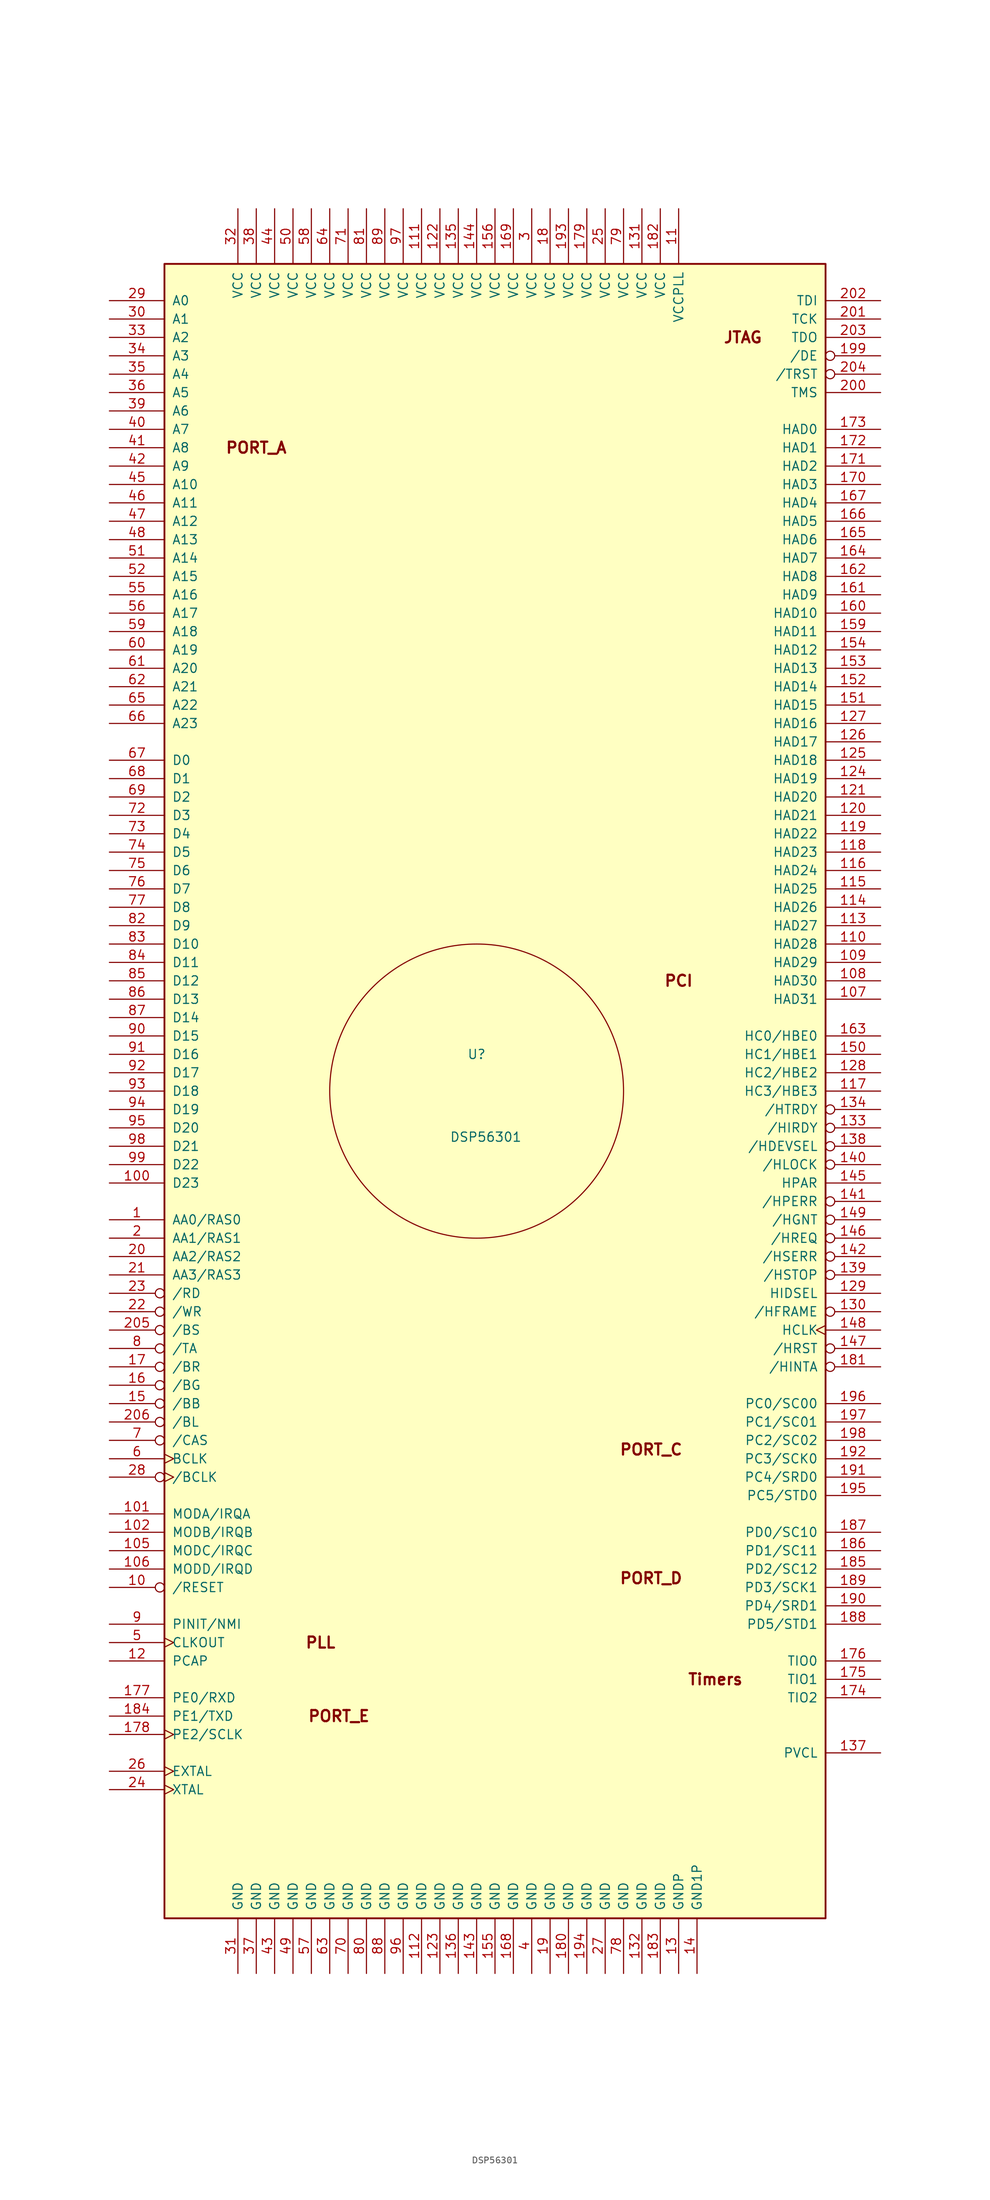
<source format=kicad_sym>
(kicad_symbol_lib
  (version 20201005)
  (generator kicad_symbol_editor)
  (symbol "DSP56301"
    (pin_names
      (offset 1.016))
    (property "Reference" "U"
      (at 0 2.54 0)
      (effects (font (size 1.27 1.27))))
    (property "Value" "DSP56301"
      (at 1.27 -8.89 0)
      (effects (font (size 1.27 1.27))))
    (symbol "DSP56301_0_1"
      (circle (center 0 -2.54) (radius 20.32) (stroke (width 0)) (fill (type none)))
      (text "JTAG" (at 36.83 101.6 0) (effects (font (size 1.524 1.524) bold)))
      (text "PCI" (at 27.94 12.7 0) (effects (font (size 1.524 1.524) bold)))
      (text "PLL" (at -21.59 -78.74 0) (effects (font (size 1.524 1.524) bold)))
      (text "PORT_A" (at -30.48 86.36 0) (effects (font (size 1.524 1.524) bold)))
      (text "PORT_C" (at 24.13 -52.07 0) (effects (font (size 1.524 1.524) bold)))
      (text "PORT_D" (at 24.13 -69.85 0) (effects (font (size 1.524 1.524) bold)))
      (text "PORT_E" (at -19.05 -88.9 0) (effects (font (size 1.524 1.524) bold)))
      (text "Timers" (at 33.02 -83.82 0) (effects (font (size 1.524 1.524) bold)))
      (rectangle (start -43.18 111.76) (end 48.26 -116.84) (stroke (width 0.254)) (fill (type background))))
    (symbol "DSP56301_1_1"
      (pin output line (at -50.8 -20.32 0) (length 7.62) (name "AA0/RAS0" (effects (font (size 1.27 1.27)))) (number "1" (effects (font (size 1.27 1.27)))))
      (pin input inverted (at -50.8 -71.12 0) (length 7.62) (name "/RESET" (effects (font (size 1.27 1.27)))) (number "10" (effects (font (size 1.27 1.27)))))
      (pin bidirectional line (at -50.8 -15.24 0) (length 7.62) (name "D23" (effects (font (size 1.27 1.27)))) (number "100" (effects (font (size 1.27 1.27)))))
      (pin input line (at -50.8 -60.96 0) (length 7.62) (name "MODA/IRQA" (effects (font (size 1.27 1.27)))) (number "101" (effects (font (size 1.27 1.27)))))
      (pin input line (at -50.8 -63.5 0) (length 7.62) (name "MODB/IRQB" (effects (font (size 1.27 1.27)))) (number "102" (effects (font (size 1.27 1.27)))))
      (pin input line (at -50.8 -66.04 0) (length 7.62) (name "MODC/IRQC" (effects (font (size 1.27 1.27)))) (number "105" (effects (font (size 1.27 1.27)))))
      (pin input line (at -50.8 -68.58 0) (length 7.62) (name "MODD/IRQD" (effects (font (size 1.27 1.27)))) (number "106" (effects (font (size 1.27 1.27)))))
      (pin bidirectional line (at 55.88 10.16 180) (length 7.62) (name "HAD31" (effects (font (size 1.27 1.27)))) (number "107" (effects (font (size 1.27 1.27)))))
      (pin bidirectional line (at 55.88 12.7 180) (length 7.62) (name "HAD30" (effects (font (size 1.27 1.27)))) (number "108" (effects (font (size 1.27 1.27)))))
      (pin bidirectional line (at 55.88 15.24 180) (length 7.62) (name "HAD29" (effects (font (size 1.27 1.27)))) (number "109" (effects (font (size 1.27 1.27)))))
      (pin power_in line (at 27.94 119.38 270) (length 7.62) (name "VCCPLL" (effects (font (size 1.27 1.27)))) (number "11" (effects (font (size 1.27 1.27)))))
      (pin bidirectional line (at 55.88 17.78 180) (length 7.62) (name "HAD28" (effects (font (size 1.27 1.27)))) (number "110" (effects (font (size 1.27 1.27)))))
      (pin power_in line (at -7.62 119.38 270) (length 7.62) (name "VCC" (effects (font (size 1.27 1.27)))) (number "111" (effects (font (size 1.27 1.27)))))
      (pin power_in line (at -7.62 -124.46 90) (length 7.62) (name "GND" (effects (font (size 1.27 1.27)))) (number "112" (effects (font (size 1.27 1.27)))))
      (pin bidirectional line (at 55.88 20.32 180) (length 7.62) (name "HAD27" (effects (font (size 1.27 1.27)))) (number "113" (effects (font (size 1.27 1.27)))))
      (pin bidirectional line (at 55.88 22.86 180) (length 7.62) (name "HAD26" (effects (font (size 1.27 1.27)))) (number "114" (effects (font (size 1.27 1.27)))))
      (pin bidirectional line (at 55.88 25.4 180) (length 7.62) (name "HAD25" (effects (font (size 1.27 1.27)))) (number "115" (effects (font (size 1.27 1.27)))))
      (pin bidirectional line (at 55.88 27.94 180) (length 7.62) (name "HAD24" (effects (font (size 1.27 1.27)))) (number "116" (effects (font (size 1.27 1.27)))))
      (pin bidirectional line (at 55.88 -2.54 180) (length 7.62) (name "HC3/HBE3" (effects (font (size 1.27 1.27)))) (number "117" (effects (font (size 1.27 1.27)))))
      (pin bidirectional line (at 55.88 30.48 180) (length 7.62) (name "HAD23" (effects (font (size 1.27 1.27)))) (number "118" (effects (font (size 1.27 1.27)))))
      (pin bidirectional line (at 55.88 33.02 180) (length 7.62) (name "HAD22" (effects (font (size 1.27 1.27)))) (number "119" (effects (font (size 1.27 1.27)))))
      (pin input line (at -50.8 -81.28 0) (length 7.62) (name "PCAP" (effects (font (size 1.27 1.27)))) (number "12" (effects (font (size 1.27 1.27)))))
      (pin bidirectional line (at 55.88 35.56 180) (length 7.62) (name "HAD21" (effects (font (size 1.27 1.27)))) (number "120" (effects (font (size 1.27 1.27)))))
      (pin bidirectional line (at 55.88 38.1 180) (length 7.62) (name "HAD20" (effects (font (size 1.27 1.27)))) (number "121" (effects (font (size 1.27 1.27)))))
      (pin power_in line (at -5.08 119.38 270) (length 7.62) (name "VCC" (effects (font (size 1.27 1.27)))) (number "122" (effects (font (size 1.27 1.27)))))
      (pin power_in line (at -5.08 -124.46 90) (length 7.62) (name "GND" (effects (font (size 1.27 1.27)))) (number "123" (effects (font (size 1.27 1.27)))))
      (pin bidirectional line (at 55.88 40.64 180) (length 7.62) (name "HAD19" (effects (font (size 1.27 1.27)))) (number "124" (effects (font (size 1.27 1.27)))))
      (pin bidirectional line (at 55.88 43.18 180) (length 7.62) (name "HAD18" (effects (font (size 1.27 1.27)))) (number "125" (effects (font (size 1.27 1.27)))))
      (pin bidirectional line (at 55.88 45.72 180) (length 7.62) (name "HAD17" (effects (font (size 1.27 1.27)))) (number "126" (effects (font (size 1.27 1.27)))))
      (pin bidirectional line (at 55.88 48.26 180) (length 7.62) (name "HAD16" (effects (font (size 1.27 1.27)))) (number "127" (effects (font (size 1.27 1.27)))))
      (pin bidirectional line (at 55.88 0 180) (length 7.62) (name "HC2/HBE2" (effects (font (size 1.27 1.27)))) (number "128" (effects (font (size 1.27 1.27)))))
      (pin input line (at 55.88 -30.48 180) (length 7.62) (name "HIDSEL" (effects (font (size 1.27 1.27)))) (number "129" (effects (font (size 1.27 1.27)))))
      (pin power_in line (at 27.94 -124.46 90) (length 7.62) (name "GNDP" (effects (font (size 1.27 1.27)))) (number "13" (effects (font (size 1.27 1.27)))))
      (pin bidirectional inverted (at 55.88 -33.02 180) (length 7.62) (name "/HFRAME" (effects (font (size 1.27 1.27)))) (number "130" (effects (font (size 1.27 1.27)))))
      (pin power_in line (at 22.86 119.38 270) (length 7.62) (name "VCC" (effects (font (size 1.27 1.27)))) (number "131" (effects (font (size 1.27 1.27)))))
      (pin power_in line (at 22.86 -124.46 90) (length 7.62) (name "GND" (effects (font (size 1.27 1.27)))) (number "132" (effects (font (size 1.27 1.27)))))
      (pin bidirectional inverted (at 55.88 -7.62 180) (length 7.62) (name "/HIRDY" (effects (font (size 1.27 1.27)))) (number "133" (effects (font (size 1.27 1.27)))))
      (pin bidirectional inverted (at 55.88 -5.08 180) (length 7.62) (name "/HTRDY" (effects (font (size 1.27 1.27)))) (number "134" (effects (font (size 1.27 1.27)))))
      (pin power_in line (at -2.54 119.38 270) (length 7.62) (name "VCC" (effects (font (size 1.27 1.27)))) (number "135" (effects (font (size 1.27 1.27)))))
      (pin power_in line (at -2.54 -124.46 90) (length 7.62) (name "GND" (effects (font (size 1.27 1.27)))) (number "136" (effects (font (size 1.27 1.27)))))
      (pin input line (at 55.88 -93.98 180) (length 7.62) (name "PVCL" (effects (font (size 1.27 1.27)))) (number "137" (effects (font (size 1.27 1.27)))))
      (pin bidirectional inverted (at 55.88 -10.16 180) (length 7.62) (name "/HDEVSEL" (effects (font (size 1.27 1.27)))) (number "138" (effects (font (size 1.27 1.27)))))
      (pin bidirectional inverted (at 55.88 -27.94 180) (length 7.62) (name "/HSTOP" (effects (font (size 1.27 1.27)))) (number "139" (effects (font (size 1.27 1.27)))))
      (pin power_in line (at 30.48 -124.46 90) (length 7.62) (name "GND1P" (effects (font (size 1.27 1.27)))) (number "14" (effects (font (size 1.27 1.27)))))
      (pin bidirectional inverted (at 55.88 -12.7 180) (length 7.62) (name "/HLOCK" (effects (font (size 1.27 1.27)))) (number "140" (effects (font (size 1.27 1.27)))))
      (pin bidirectional inverted (at 55.88 -17.78 180) (length 7.62) (name "/HPERR" (effects (font (size 1.27 1.27)))) (number "141" (effects (font (size 1.27 1.27)))))
      (pin output inverted (at 55.88 -25.4 180) (length 7.62) (name "/HSERR" (effects (font (size 1.27 1.27)))) (number "142" (effects (font (size 1.27 1.27)))))
      (pin power_in line (at 0 -124.46 90) (length 7.62) (name "GND" (effects (font (size 1.27 1.27)))) (number "143" (effects (font (size 1.27 1.27)))))
      (pin power_in line (at 0 119.38 270) (length 7.62) (name "VCC" (effects (font (size 1.27 1.27)))) (number "144" (effects (font (size 1.27 1.27)))))
      (pin bidirectional line (at 55.88 -15.24 180) (length 7.62) (name "HPAR" (effects (font (size 1.27 1.27)))) (number "145" (effects (font (size 1.27 1.27)))))
      (pin output inverted (at 55.88 -22.86 180) (length 7.62) (name "/HREQ" (effects (font (size 1.27 1.27)))) (number "146" (effects (font (size 1.27 1.27)))))
      (pin input inverted (at 55.88 -38.1 180) (length 7.62) (name "/HRST" (effects (font (size 1.27 1.27)))) (number "147" (effects (font (size 1.27 1.27)))))
      (pin input clock (at 55.88 -35.56 180) (length 7.62) (name "HCLK" (effects (font (size 1.27 1.27)))) (number "148" (effects (font (size 1.27 1.27)))))
      (pin input inverted (at 55.88 -20.32 180) (length 7.62) (name "/HGNT" (effects (font (size 1.27 1.27)))) (number "149" (effects (font (size 1.27 1.27)))))
      (pin bidirectional inverted (at -50.8 -45.72 0) (length 7.62) (name "/BB" (effects (font (size 1.27 1.27)))) (number "15" (effects (font (size 1.27 1.27)))))
      (pin bidirectional line (at 55.88 2.54 180) (length 7.62) (name "HC1/HBE1" (effects (font (size 1.27 1.27)))) (number "150" (effects (font (size 1.27 1.27)))))
      (pin bidirectional line (at 55.88 50.8 180) (length 7.62) (name "HAD15" (effects (font (size 1.27 1.27)))) (number "151" (effects (font (size 1.27 1.27)))))
      (pin bidirectional line (at 55.88 53.34 180) (length 7.62) (name "HAD14" (effects (font (size 1.27 1.27)))) (number "152" (effects (font (size 1.27 1.27)))))
      (pin bidirectional line (at 55.88 55.88 180) (length 7.62) (name "HAD13" (effects (font (size 1.27 1.27)))) (number "153" (effects (font (size 1.27 1.27)))))
      (pin bidirectional line (at 55.88 58.42 180) (length 7.62) (name "HAD12" (effects (font (size 1.27 1.27)))) (number "154" (effects (font (size 1.27 1.27)))))
      (pin power_in line (at 2.54 -124.46 90) (length 7.62) (name "GND" (effects (font (size 1.27 1.27)))) (number "155" (effects (font (size 1.27 1.27)))))
      (pin power_in line (at 2.54 119.38 270) (length 7.62) (name "VCC" (effects (font (size 1.27 1.27)))) (number "156" (effects (font (size 1.27 1.27)))))
      (pin bidirectional line (at 55.88 60.96 180) (length 7.62) (name "HAD11" (effects (font (size 1.27 1.27)))) (number "159" (effects (font (size 1.27 1.27)))))
      (pin input inverted (at -50.8 -43.18 0) (length 7.62) (name "/BG" (effects (font (size 1.27 1.27)))) (number "16" (effects (font (size 1.27 1.27)))))
      (pin bidirectional line (at 55.88 63.5 180) (length 7.62) (name "HAD10" (effects (font (size 1.27 1.27)))) (number "160" (effects (font (size 1.27 1.27)))))
      (pin bidirectional line (at 55.88 66.04 180) (length 7.62) (name "HAD9" (effects (font (size 1.27 1.27)))) (number "161" (effects (font (size 1.27 1.27)))))
      (pin bidirectional line (at 55.88 68.58 180) (length 7.62) (name "HAD8" (effects (font (size 1.27 1.27)))) (number "162" (effects (font (size 1.27 1.27)))))
      (pin bidirectional line (at 55.88 5.08 180) (length 7.62) (name "HC0/HBE0" (effects (font (size 1.27 1.27)))) (number "163" (effects (font (size 1.27 1.27)))))
      (pin bidirectional line (at 55.88 71.12 180) (length 7.62) (name "HAD7" (effects (font (size 1.27 1.27)))) (number "164" (effects (font (size 1.27 1.27)))))
      (pin bidirectional line (at 55.88 73.66 180) (length 7.62) (name "HAD6" (effects (font (size 1.27 1.27)))) (number "165" (effects (font (size 1.27 1.27)))))
      (pin bidirectional line (at 55.88 76.2 180) (length 7.62) (name "HAD5" (effects (font (size 1.27 1.27)))) (number "166" (effects (font (size 1.27 1.27)))))
      (pin bidirectional line (at 55.88 78.74 180) (length 7.62) (name "HAD4" (effects (font (size 1.27 1.27)))) (number "167" (effects (font (size 1.27 1.27)))))
      (pin power_in line (at 5.08 -124.46 90) (length 7.62) (name "GND" (effects (font (size 1.27 1.27)))) (number "168" (effects (font (size 1.27 1.27)))))
      (pin power_in line (at 5.08 119.38 270) (length 7.62) (name "VCC" (effects (font (size 1.27 1.27)))) (number "169" (effects (font (size 1.27 1.27)))))
      (pin output inverted (at -50.8 -40.64 0) (length 7.62) (name "/BR" (effects (font (size 1.27 1.27)))) (number "17" (effects (font (size 1.27 1.27)))))
      (pin bidirectional line (at 55.88 81.28 180) (length 7.62) (name "HAD3" (effects (font (size 1.27 1.27)))) (number "170" (effects (font (size 1.27 1.27)))))
      (pin bidirectional line (at 55.88 83.82 180) (length 7.62) (name "HAD2" (effects (font (size 1.27 1.27)))) (number "171" (effects (font (size 1.27 1.27)))))
      (pin bidirectional line (at 55.88 86.36 180) (length 7.62) (name "HAD1" (effects (font (size 1.27 1.27)))) (number "172" (effects (font (size 1.27 1.27)))))
      (pin bidirectional line (at 55.88 88.9 180) (length 7.62) (name "HAD0" (effects (font (size 1.27 1.27)))) (number "173" (effects (font (size 1.27 1.27)))))
      (pin bidirectional line (at 55.88 -86.36 180) (length 7.62) (name "TIO2" (effects (font (size 1.27 1.27)))) (number "174" (effects (font (size 1.27 1.27)))))
      (pin bidirectional line (at 55.88 -83.82 180) (length 7.62) (name "TIO1" (effects (font (size 1.27 1.27)))) (number "175" (effects (font (size 1.27 1.27)))))
      (pin bidirectional line (at 55.88 -81.28 180) (length 7.62) (name "TIO0" (effects (font (size 1.27 1.27)))) (number "176" (effects (font (size 1.27 1.27)))))
      (pin bidirectional line (at -50.8 -86.36 0) (length 7.62) (name "PE0/RXD" (effects (font (size 1.27 1.27)))) (number "177" (effects (font (size 1.27 1.27)))))
      (pin bidirectional clock (at -50.8 -91.44 0) (length 7.62) (name "PE2/SCLK" (effects (font (size 1.27 1.27)))) (number "178" (effects (font (size 1.27 1.27)))))
      (pin power_in line (at 15.24 119.38 270) (length 7.62) (name "VCC" (effects (font (size 1.27 1.27)))) (number "179" (effects (font (size 1.27 1.27)))))
      (pin power_in line (at 10.16 119.38 270) (length 7.62) (name "VCC" (effects (font (size 1.27 1.27)))) (number "18" (effects (font (size 1.27 1.27)))))
      (pin power_in line (at 12.7 -124.46 90) (length 7.62) (name "GND" (effects (font (size 1.27 1.27)))) (number "180" (effects (font (size 1.27 1.27)))))
      (pin output inverted (at 55.88 -40.64 180) (length 7.62) (name "/HINTA" (effects (font (size 1.27 1.27)))) (number "181" (effects (font (size 1.27 1.27)))))
      (pin power_in line (at 25.4 119.38 270) (length 7.62) (name "VCC" (effects (font (size 1.27 1.27)))) (number "182" (effects (font (size 1.27 1.27)))))
      (pin power_in line (at 25.4 -124.46 90) (length 7.62) (name "GND" (effects (font (size 1.27 1.27)))) (number "183" (effects (font (size 1.27 1.27)))))
      (pin bidirectional line (at -50.8 -88.9 0) (length 7.62) (name "PE1/TXD" (effects (font (size 1.27 1.27)))) (number "184" (effects (font (size 1.27 1.27)))))
      (pin bidirectional line (at 55.88 -68.58 180) (length 7.62) (name "PD2/SC12" (effects (font (size 1.27 1.27)))) (number "185" (effects (font (size 1.27 1.27)))))
      (pin bidirectional line (at 55.88 -66.04 180) (length 7.62) (name "PD1/SC11" (effects (font (size 1.27 1.27)))) (number "186" (effects (font (size 1.27 1.27)))))
      (pin bidirectional line (at 55.88 -63.5 180) (length 7.62) (name "PD0/SC10" (effects (font (size 1.27 1.27)))) (number "187" (effects (font (size 1.27 1.27)))))
      (pin bidirectional line (at 55.88 -76.2 180) (length 7.62) (name "PD5/STD1" (effects (font (size 1.27 1.27)))) (number "188" (effects (font (size 1.27 1.27)))))
      (pin bidirectional line (at 55.88 -71.12 180) (length 7.62) (name "PD3/SCK1" (effects (font (size 1.27 1.27)))) (number "189" (effects (font (size 1.27 1.27)))))
      (pin power_in line (at 10.16 -124.46 90) (length 7.62) (name "GND" (effects (font (size 1.27 1.27)))) (number "19" (effects (font (size 1.27 1.27)))))
      (pin bidirectional line (at 55.88 -73.66 180) (length 7.62) (name "PD4/SRD1" (effects (font (size 1.27 1.27)))) (number "190" (effects (font (size 1.27 1.27)))))
      (pin bidirectional line (at 55.88 -55.88 180) (length 7.62) (name "PC4/SRD0" (effects (font (size 1.27 1.27)))) (number "191" (effects (font (size 1.27 1.27)))))
      (pin bidirectional line (at 55.88 -53.34 180) (length 7.62) (name "PC3/SCK0" (effects (font (size 1.27 1.27)))) (number "192" (effects (font (size 1.27 1.27)))))
      (pin power_in line (at 12.7 119.38 270) (length 7.62) (name "VCC" (effects (font (size 1.27 1.27)))) (number "193" (effects (font (size 1.27 1.27)))))
      (pin power_in line (at 15.24 -124.46 90) (length 7.62) (name "GND" (effects (font (size 1.27 1.27)))) (number "194" (effects (font (size 1.27 1.27)))))
      (pin bidirectional line (at 55.88 -58.42 180) (length 7.62) (name "PC5/STD0" (effects (font (size 1.27 1.27)))) (number "195" (effects (font (size 1.27 1.27)))))
      (pin bidirectional line (at 55.88 -45.72 180) (length 7.62) (name "PC0/SC00" (effects (font (size 1.27 1.27)))) (number "196" (effects (font (size 1.27 1.27)))))
      (pin bidirectional line (at 55.88 -48.26 180) (length 7.62) (name "PC1/SC01" (effects (font (size 1.27 1.27)))) (number "197" (effects (font (size 1.27 1.27)))))
      (pin bidirectional line (at 55.88 -50.8 180) (length 7.62) (name "PC2/SC02" (effects (font (size 1.27 1.27)))) (number "198" (effects (font (size 1.27 1.27)))))
      (pin output inverted (at 55.88 99.06 180) (length 7.62) (name "/DE" (effects (font (size 1.27 1.27)))) (number "199" (effects (font (size 1.27 1.27)))))
      (pin output line (at -50.8 -22.86 0) (length 7.62) (name "AA1/RAS1" (effects (font (size 1.27 1.27)))) (number "2" (effects (font (size 1.27 1.27)))))
      (pin output line (at -50.8 -25.4 0) (length 7.62) (name "AA2/RAS2" (effects (font (size 1.27 1.27)))) (number "20" (effects (font (size 1.27 1.27)))))
      (pin input line (at 55.88 93.98 180) (length 7.62) (name "TMS" (effects (font (size 1.27 1.27)))) (number "200" (effects (font (size 1.27 1.27)))))
      (pin input line (at 55.88 104.14 180) (length 7.62) (name "TCK" (effects (font (size 1.27 1.27)))) (number "201" (effects (font (size 1.27 1.27)))))
      (pin input line (at 55.88 106.68 180) (length 7.62) (name "TDI" (effects (font (size 1.27 1.27)))) (number "202" (effects (font (size 1.27 1.27)))))
      (pin output line (at 55.88 101.6 180) (length 7.62) (name "TDO" (effects (font (size 1.27 1.27)))) (number "203" (effects (font (size 1.27 1.27)))))
      (pin input inverted (at 55.88 96.52 180) (length 7.62) (name "/TRST" (effects (font (size 1.27 1.27)))) (number "204" (effects (font (size 1.27 1.27)))))
      (pin output inverted (at -50.8 -35.56 0) (length 7.62) (name "/BS" (effects (font (size 1.27 1.27)))) (number "205" (effects (font (size 1.27 1.27)))))
      (pin output inverted (at -50.8 -48.26 0) (length 7.62) (name "/BL" (effects (font (size 1.27 1.27)))) (number "206" (effects (font (size 1.27 1.27)))))
      (pin output line (at -50.8 -27.94 0) (length 7.62) (name "AA3/RAS3" (effects (font (size 1.27 1.27)))) (number "21" (effects (font (size 1.27 1.27)))))
      (pin output inverted (at -50.8 -33.02 0) (length 7.62) (name "/WR" (effects (font (size 1.27 1.27)))) (number "22" (effects (font (size 1.27 1.27)))))
      (pin output inverted (at -50.8 -30.48 0) (length 7.62) (name "/RD" (effects (font (size 1.27 1.27)))) (number "23" (effects (font (size 1.27 1.27)))))
      (pin output clock (at -50.8 -99.06 0) (length 7.62) (name "XTAL" (effects (font (size 1.27 1.27)))) (number "24" (effects (font (size 1.27 1.27)))))
      (pin power_in line (at 17.78 119.38 270) (length 7.62) (name "VCC" (effects (font (size 1.27 1.27)))) (number "25" (effects (font (size 1.27 1.27)))))
      (pin input clock (at -50.8 -96.52 0) (length 7.62) (name "EXTAL" (effects (font (size 1.27 1.27)))) (number "26" (effects (font (size 1.27 1.27)))))
      (pin power_in line (at 17.78 -124.46 90) (length 7.62) (name "GND" (effects (font (size 1.27 1.27)))) (number "27" (effects (font (size 1.27 1.27)))))
      (pin output inverted_clock (at -50.8 -55.88 0) (length 7.62) (name "/BCLK" (effects (font (size 1.27 1.27)))) (number "28" (effects (font (size 1.27 1.27)))))
      (pin output line (at -50.8 106.68 0) (length 7.62) (name "A0" (effects (font (size 1.27 1.27)))) (number "29" (effects (font (size 1.27 1.27)))))
      (pin power_in line (at 7.62 119.38 270) (length 7.62) (name "VCC" (effects (font (size 1.27 1.27)))) (number "3" (effects (font (size 1.27 1.27)))))
      (pin output line (at -50.8 104.14 0) (length 7.62) (name "A1" (effects (font (size 1.27 1.27)))) (number "30" (effects (font (size 1.27 1.27)))))
      (pin power_in line (at -33.02 -124.46 90) (length 7.62) (name "GND" (effects (font (size 1.27 1.27)))) (number "31" (effects (font (size 1.27 1.27)))))
      (pin power_in line (at -33.02 119.38 270) (length 7.62) (name "VCC" (effects (font (size 1.27 1.27)))) (number "32" (effects (font (size 1.27 1.27)))))
      (pin output line (at -50.8 101.6 0) (length 7.62) (name "A2" (effects (font (size 1.27 1.27)))) (number "33" (effects (font (size 1.27 1.27)))))
      (pin output line (at -50.8 99.06 0) (length 7.62) (name "A3" (effects (font (size 1.27 1.27)))) (number "34" (effects (font (size 1.27 1.27)))))
      (pin output line (at -50.8 96.52 0) (length 7.62) (name "A4" (effects (font (size 1.27 1.27)))) (number "35" (effects (font (size 1.27 1.27)))))
      (pin output line (at -50.8 93.98 0) (length 7.62) (name "A5" (effects (font (size 1.27 1.27)))) (number "36" (effects (font (size 1.27 1.27)))))
      (pin power_in line (at -30.48 -124.46 90) (length 7.62) (name "GND" (effects (font (size 1.27 1.27)))) (number "37" (effects (font (size 1.27 1.27)))))
      (pin power_in line (at -30.48 119.38 270) (length 7.62) (name "VCC" (effects (font (size 1.27 1.27)))) (number "38" (effects (font (size 1.27 1.27)))))
      (pin output line (at -50.8 91.44 0) (length 7.62) (name "A6" (effects (font (size 1.27 1.27)))) (number "39" (effects (font (size 1.27 1.27)))))
      (pin power_in line (at 7.62 -124.46 90) (length 7.62) (name "GND" (effects (font (size 1.27 1.27)))) (number "4" (effects (font (size 1.27 1.27)))))
      (pin output line (at -50.8 88.9 0) (length 7.62) (name "A7" (effects (font (size 1.27 1.27)))) (number "40" (effects (font (size 1.27 1.27)))))
      (pin output line (at -50.8 86.36 0) (length 7.62) (name "A8" (effects (font (size 1.27 1.27)))) (number "41" (effects (font (size 1.27 1.27)))))
      (pin output line (at -50.8 83.82 0) (length 7.62) (name "A9" (effects (font (size 1.27 1.27)))) (number "42" (effects (font (size 1.27 1.27)))))
      (pin power_in line (at -27.94 -124.46 90) (length 7.62) (name "GND" (effects (font (size 1.27 1.27)))) (number "43" (effects (font (size 1.27 1.27)))))
      (pin power_in line (at -27.94 119.38 270) (length 7.62) (name "VCC" (effects (font (size 1.27 1.27)))) (number "44" (effects (font (size 1.27 1.27)))))
      (pin output line (at -50.8 81.28 0) (length 7.62) (name "A10" (effects (font (size 1.27 1.27)))) (number "45" (effects (font (size 1.27 1.27)))))
      (pin output line (at -50.8 78.74 0) (length 7.62) (name "A11" (effects (font (size 1.27 1.27)))) (number "46" (effects (font (size 1.27 1.27)))))
      (pin output line (at -50.8 76.2 0) (length 7.62) (name "A12" (effects (font (size 1.27 1.27)))) (number "47" (effects (font (size 1.27 1.27)))))
      (pin output line (at -50.8 73.66 0) (length 7.62) (name "A13" (effects (font (size 1.27 1.27)))) (number "48" (effects (font (size 1.27 1.27)))))
      (pin power_in line (at -25.4 -124.46 90) (length 7.62) (name "GND" (effects (font (size 1.27 1.27)))) (number "49" (effects (font (size 1.27 1.27)))))
      (pin output clock (at -50.8 -78.74 0) (length 7.62) (name "CLKOUT" (effects (font (size 1.27 1.27)))) (number "5" (effects (font (size 1.27 1.27)))))
      (pin power_in line (at -25.4 119.38 270) (length 7.62) (name "VCC" (effects (font (size 1.27 1.27)))) (number "50" (effects (font (size 1.27 1.27)))))
      (pin output line (at -50.8 71.12 0) (length 7.62) (name "A14" (effects (font (size 1.27 1.27)))) (number "51" (effects (font (size 1.27 1.27)))))
      (pin output line (at -50.8 68.58 0) (length 7.62) (name "A15" (effects (font (size 1.27 1.27)))) (number "52" (effects (font (size 1.27 1.27)))))
      (pin output line (at -50.8 66.04 0) (length 7.62) (name "A16" (effects (font (size 1.27 1.27)))) (number "55" (effects (font (size 1.27 1.27)))))
      (pin output line (at -50.8 63.5 0) (length 7.62) (name "A17" (effects (font (size 1.27 1.27)))) (number "56" (effects (font (size 1.27 1.27)))))
      (pin power_in line (at -22.86 -124.46 90) (length 7.62) (name "GND" (effects (font (size 1.27 1.27)))) (number "57" (effects (font (size 1.27 1.27)))))
      (pin power_in line (at -22.86 119.38 270) (length 7.62) (name "VCC" (effects (font (size 1.27 1.27)))) (number "58" (effects (font (size 1.27 1.27)))))
      (pin output line (at -50.8 60.96 0) (length 7.62) (name "A18" (effects (font (size 1.27 1.27)))) (number "59" (effects (font (size 1.27 1.27)))))
      (pin output clock (at -50.8 -53.34 0) (length 7.62) (name "BCLK" (effects (font (size 1.27 1.27)))) (number "6" (effects (font (size 1.27 1.27)))))
      (pin output line (at -50.8 58.42 0) (length 7.62) (name "A19" (effects (font (size 1.27 1.27)))) (number "60" (effects (font (size 1.27 1.27)))))
      (pin output line (at -50.8 55.88 0) (length 7.62) (name "A20" (effects (font (size 1.27 1.27)))) (number "61" (effects (font (size 1.27 1.27)))))
      (pin output line (at -50.8 53.34 0) (length 7.62) (name "A21" (effects (font (size 1.27 1.27)))) (number "62" (effects (font (size 1.27 1.27)))))
      (pin power_in line (at -20.32 -124.46 90) (length 7.62) (name "GND" (effects (font (size 1.27 1.27)))) (number "63" (effects (font (size 1.27 1.27)))))
      (pin power_in line (at -20.32 119.38 270) (length 7.62) (name "VCC" (effects (font (size 1.27 1.27)))) (number "64" (effects (font (size 1.27 1.27)))))
      (pin output line (at -50.8 50.8 0) (length 7.62) (name "A22" (effects (font (size 1.27 1.27)))) (number "65" (effects (font (size 1.27 1.27)))))
      (pin output line (at -50.8 48.26 0) (length 7.62) (name "A23" (effects (font (size 1.27 1.27)))) (number "66" (effects (font (size 1.27 1.27)))))
      (pin bidirectional line (at -50.8 43.18 0) (length 7.62) (name "D0" (effects (font (size 1.27 1.27)))) (number "67" (effects (font (size 1.27 1.27)))))
      (pin bidirectional line (at -50.8 40.64 0) (length 7.62) (name "D1" (effects (font (size 1.27 1.27)))) (number "68" (effects (font (size 1.27 1.27)))))
      (pin bidirectional line (at -50.8 38.1 0) (length 7.62) (name "D2" (effects (font (size 1.27 1.27)))) (number "69" (effects (font (size 1.27 1.27)))))
      (pin output inverted (at -50.8 -50.8 0) (length 7.62) (name "/CAS" (effects (font (size 1.27 1.27)))) (number "7" (effects (font (size 1.27 1.27)))))
      (pin power_in line (at -17.78 -124.46 90) (length 7.62) (name "GND" (effects (font (size 1.27 1.27)))) (number "70" (effects (font (size 1.27 1.27)))))
      (pin power_in line (at -17.78 119.38 270) (length 7.62) (name "VCC" (effects (font (size 1.27 1.27)))) (number "71" (effects (font (size 1.27 1.27)))))
      (pin bidirectional line (at -50.8 35.56 0) (length 7.62) (name "D3" (effects (font (size 1.27 1.27)))) (number "72" (effects (font (size 1.27 1.27)))))
      (pin bidirectional line (at -50.8 33.02 0) (length 7.62) (name "D4" (effects (font (size 1.27 1.27)))) (number "73" (effects (font (size 1.27 1.27)))))
      (pin bidirectional line (at -50.8 30.48 0) (length 7.62) (name "D5" (effects (font (size 1.27 1.27)))) (number "74" (effects (font (size 1.27 1.27)))))
      (pin bidirectional line (at -50.8 27.94 0) (length 7.62) (name "D6" (effects (font (size 1.27 1.27)))) (number "75" (effects (font (size 1.27 1.27)))))
      (pin bidirectional line (at -50.8 25.4 0) (length 7.62) (name "D7" (effects (font (size 1.27 1.27)))) (number "76" (effects (font (size 1.27 1.27)))))
      (pin bidirectional line (at -50.8 22.86 0) (length 7.62) (name "D8" (effects (font (size 1.27 1.27)))) (number "77" (effects (font (size 1.27 1.27)))))
      (pin power_in line (at 20.32 -124.46 90) (length 7.62) (name "GND" (effects (font (size 1.27 1.27)))) (number "78" (effects (font (size 1.27 1.27)))))
      (pin power_in line (at 20.32 119.38 270) (length 7.62) (name "VCC" (effects (font (size 1.27 1.27)))) (number "79" (effects (font (size 1.27 1.27)))))
      (pin input inverted (at -50.8 -38.1 0) (length 7.62) (name "/TA" (effects (font (size 1.27 1.27)))) (number "8" (effects (font (size 1.27 1.27)))))
      (pin power_in line (at -15.24 -124.46 90) (length 7.62) (name "GND" (effects (font (size 1.27 1.27)))) (number "80" (effects (font (size 1.27 1.27)))))
      (pin power_in line (at -15.24 119.38 270) (length 7.62) (name "VCC" (effects (font (size 1.27 1.27)))) (number "81" (effects (font (size 1.27 1.27)))))
      (pin bidirectional line (at -50.8 20.32 0) (length 7.62) (name "D9" (effects (font (size 1.27 1.27)))) (number "82" (effects (font (size 1.27 1.27)))))
      (pin bidirectional line (at -50.8 17.78 0) (length 7.62) (name "D10" (effects (font (size 1.27 1.27)))) (number "83" (effects (font (size 1.27 1.27)))))
      (pin bidirectional line (at -50.8 15.24 0) (length 7.62) (name "D11" (effects (font (size 1.27 1.27)))) (number "84" (effects (font (size 1.27 1.27)))))
      (pin bidirectional line (at -50.8 12.7 0) (length 7.62) (name "D12" (effects (font (size 1.27 1.27)))) (number "85" (effects (font (size 1.27 1.27)))))
      (pin bidirectional line (at -50.8 10.16 0) (length 7.62) (name "D13" (effects (font (size 1.27 1.27)))) (number "86" (effects (font (size 1.27 1.27)))))
      (pin bidirectional line (at -50.8 7.62 0) (length 7.62) (name "D14" (effects (font (size 1.27 1.27)))) (number "87" (effects (font (size 1.27 1.27)))))
      (pin power_in line (at -12.7 -124.46 90) (length 7.62) (name "GND" (effects (font (size 1.27 1.27)))) (number "88" (effects (font (size 1.27 1.27)))))
      (pin power_in line (at -12.7 119.38 270) (length 7.62) (name "VCC" (effects (font (size 1.27 1.27)))) (number "89" (effects (font (size 1.27 1.27)))))
      (pin input line (at -50.8 -76.2 0) (length 7.62) (name "PINIT/NMI" (effects (font (size 1.27 1.27)))) (number "9" (effects (font (size 1.27 1.27)))))
      (pin bidirectional line (at -50.8 5.08 0) (length 7.62) (name "D15" (effects (font (size 1.27 1.27)))) (number "90" (effects (font (size 1.27 1.27)))))
      (pin bidirectional line (at -50.8 2.54 0) (length 7.62) (name "D16" (effects (font (size 1.27 1.27)))) (number "91" (effects (font (size 1.27 1.27)))))
      (pin bidirectional line (at -50.8 0 0) (length 7.62) (name "D17" (effects (font (size 1.27 1.27)))) (number "92" (effects (font (size 1.27 1.27)))))
      (pin bidirectional line (at -50.8 -2.54 0) (length 7.62) (name "D18" (effects (font (size 1.27 1.27)))) (number "93" (effects (font (size 1.27 1.27)))))
      (pin bidirectional line (at -50.8 -5.08 0) (length 7.62) (name "D19" (effects (font (size 1.27 1.27)))) (number "94" (effects (font (size 1.27 1.27)))))
      (pin bidirectional line (at -50.8 -7.62 0) (length 7.62) (name "D20" (effects (font (size 1.27 1.27)))) (number "95" (effects (font (size 1.27 1.27)))))
      (pin power_in line (at -10.16 -124.46 90) (length 7.62) (name "GND" (effects (font (size 1.27 1.27)))) (number "96" (effects (font (size 1.27 1.27)))))
      (pin power_in line (at -10.16 119.38 270) (length 7.62) (name "VCC" (effects (font (size 1.27 1.27)))) (number "97" (effects (font (size 1.27 1.27)))))
      (pin bidirectional line (at -50.8 -10.16 0) (length 7.62) (name "D21" (effects (font (size 1.27 1.27)))) (number "98" (effects (font (size 1.27 1.27)))))
      (pin bidirectional line (at -50.8 -12.7 0) (length 7.62) (name "D22" (effects (font (size 1.27 1.27)))) (number "99" (effects (font (size 1.27 1.27))))))))
</source>
